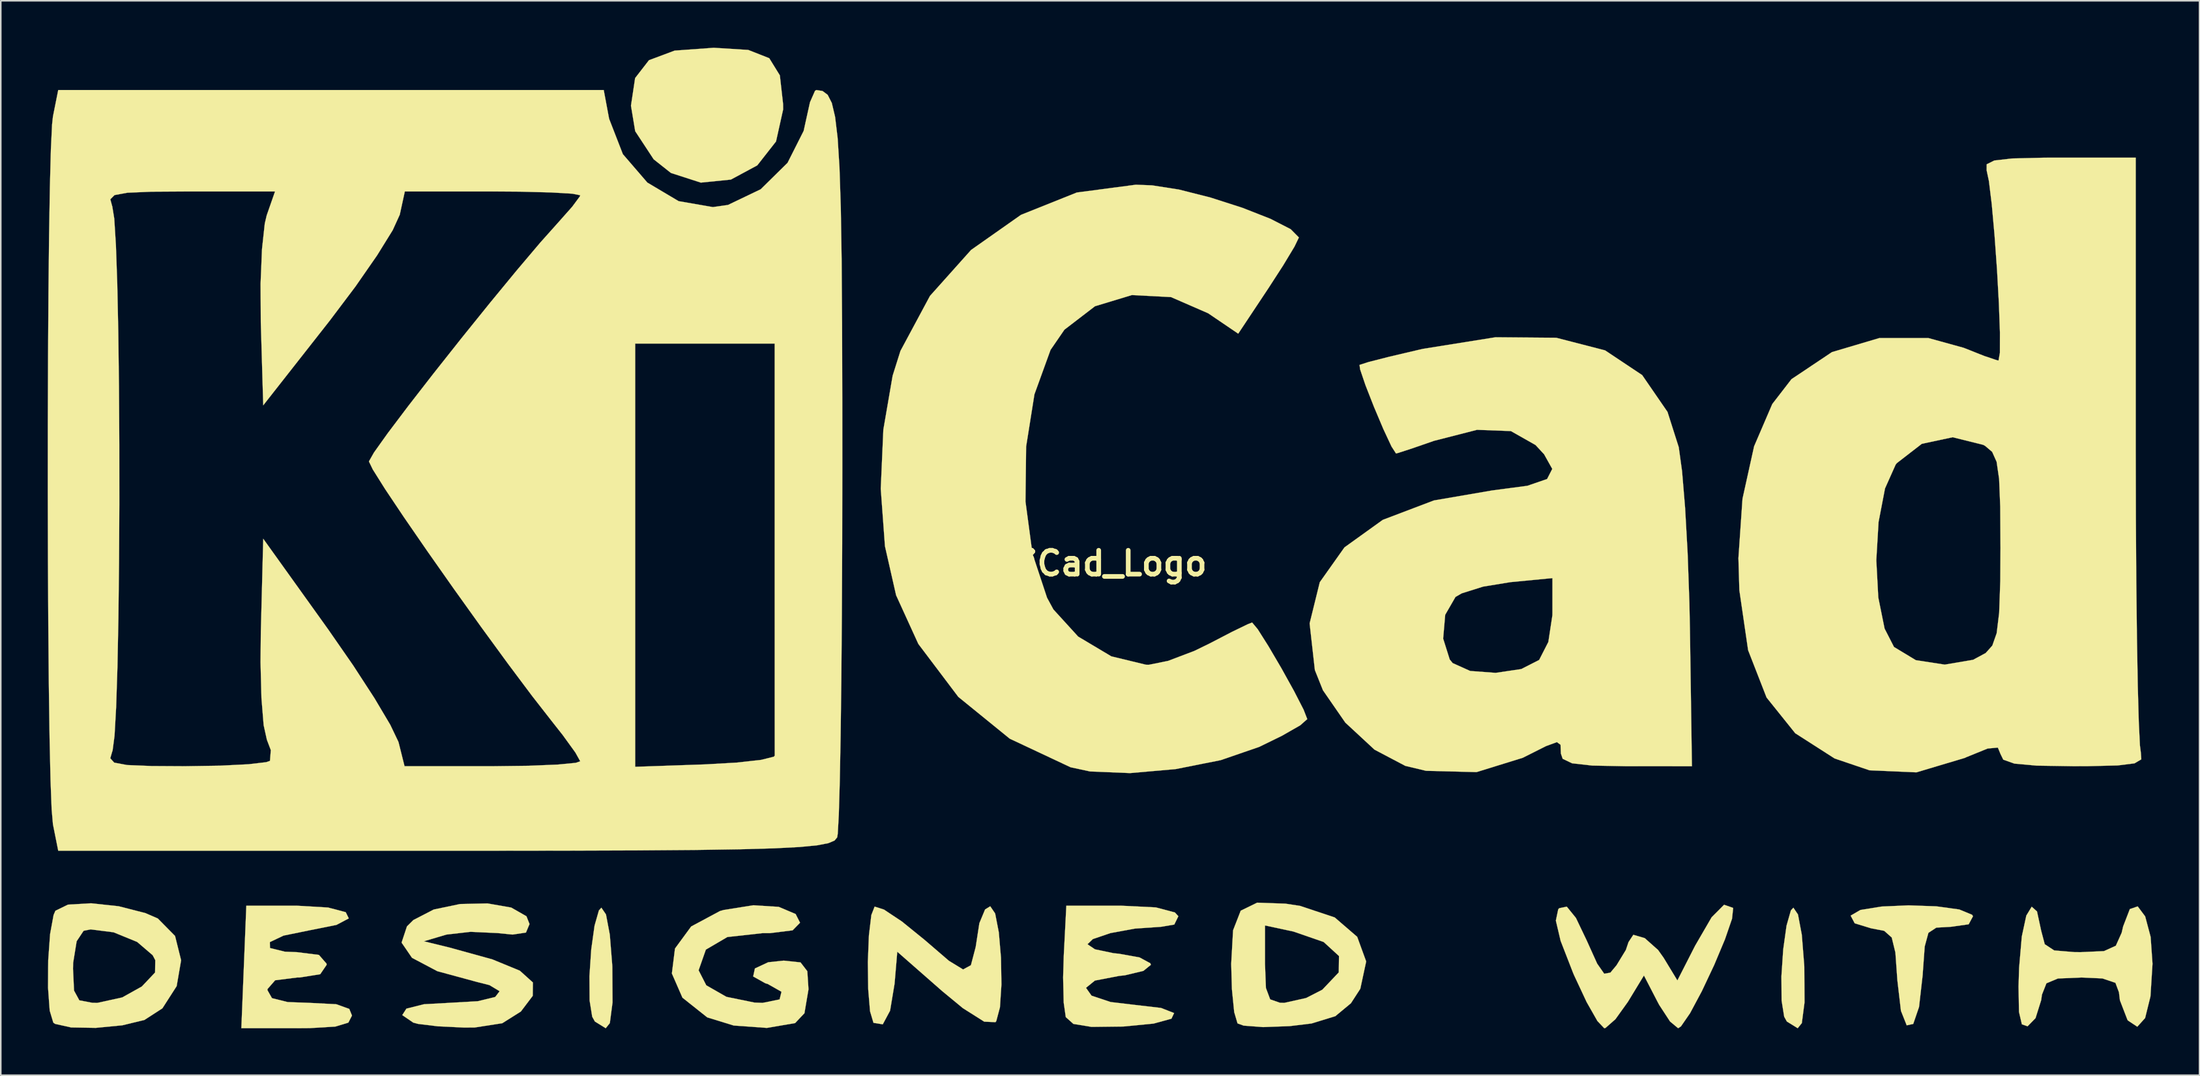
<source format=kicad_pcb>
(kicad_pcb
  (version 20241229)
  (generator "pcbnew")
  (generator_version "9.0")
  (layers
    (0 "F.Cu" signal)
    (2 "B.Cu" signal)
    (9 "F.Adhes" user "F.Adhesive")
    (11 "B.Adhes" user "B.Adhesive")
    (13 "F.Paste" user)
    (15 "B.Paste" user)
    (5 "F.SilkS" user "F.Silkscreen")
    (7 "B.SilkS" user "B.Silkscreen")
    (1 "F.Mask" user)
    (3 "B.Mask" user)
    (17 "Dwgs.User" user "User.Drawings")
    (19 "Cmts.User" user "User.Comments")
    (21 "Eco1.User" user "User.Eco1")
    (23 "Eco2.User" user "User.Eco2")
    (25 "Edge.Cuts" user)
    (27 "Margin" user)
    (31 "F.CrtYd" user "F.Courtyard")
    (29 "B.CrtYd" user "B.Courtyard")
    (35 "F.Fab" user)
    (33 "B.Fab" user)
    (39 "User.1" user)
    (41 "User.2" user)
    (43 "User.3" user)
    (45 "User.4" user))
  (footprint "KiCad_Logo"
    (layer "F.Cu")
    (at 67.55 32.971)
    (property "Reference" "KiCad_Logo" (at 0 0 0) (layer "F.SilkS") (effects (font (size 1.524 1.524) (thickness 0.3))))
    (attr through_hole)
    (fp_poly (pts (xy -31.861 22.448) (xy -31.616 23.744) (xy -31.461 25.691) (xy -31.456 25.805) (xy -31.442 28.075) (xy -31.614 29.395) (xy -31.878 29.723) (xy -32.571 29.294) (xy -32.742 28.987) (xy -32.908 27.95) (xy -32.919 26.398) (xy -32.804 24.685) (xy -32.592 23.165) (xy -32.314 22.19) (xy -32.155 22.016) (xy -31.861 22.448)) (stroke (width 0.01) (type solid)) (fill yes) (layer "F.SilkS"))
    (fp_poly (pts (xy 44.339 22.448) (xy 44.584 23.744) (xy 44.739 25.691) (xy 44.744 25.805) (xy 44.758 28.075) (xy 44.586 29.395) (xy 44.322 29.723) (xy 43.629 29.294) (xy 43.458 28.987) (xy 43.292 27.95) (xy 43.281 26.398) (xy 43.396 24.685) (xy 43.608 23.165) (xy 43.886 22.19) (xy 44.045 22.016) (xy 44.339 22.448)) (stroke (width 0.01) (type solid)) (fill yes) (layer "F.SilkS"))
    (fp_poly (pts (xy -22.766 -32.828) (xy -21.423 -32.299) (xy -20.746 -31.203) (xy -20.539 -29.366) (xy -20.536 -29.022) (xy -20.991 -26.975) (xy -22.189 -25.448) (xy -23.876 -24.539) (xy -25.8 -24.345) (xy -27.709 -24.962) (xy -28.812 -25.835) (xy -29.994 -27.633) (xy -30.264 -29.264) (xy -29.999 -31.029) (xy -29.114 -32.171) (xy -27.473 -32.785) (xy -24.971 -32.966) (xy -22.766 -32.828)) (stroke (width 0.01) (type solid)) (fill yes) (layer "F.SilkS"))
    (fp_poly (pts (xy 53.184 21.929) (xy 54.651 22.13) (xy 55.469 22.468) (xy 55.529 22.563) (xy 55.252 23.078) (xy 54.115 23.238) (xy 53.185 23.291) (xy 52.679 23.622) (xy 52.442 24.494) (xy 52.32 26.168) (xy 52.313 26.303) (xy 52.079 28.364) (xy 51.708 29.449) (xy 51.291 29.538) (xy 50.922 28.611) (xy 50.693 26.652) (xy 50.567 24.884) (xy 50.333 23.923) (xy 49.851 23.496) (xy 49.012 23.334) (xy 47.966 23.015) (xy 47.706 22.524) (xy 48.329 22.162) (xy 49.679 21.943) (xy 51.412 21.866) (xy 53.184 21.929)) (stroke (width 0.01) (type solid)) (fill yes) (layer "F.SilkS"))
    (fp_poly (pts (xy -49.63 22.005) (xy -48.498 22.303) (xy -48.303 22.701) (xy -49.093 23.118) (xy -50.779 23.455) (xy -52.474 23.801) (xy -53.349 24.217) (xy -53.341 24.595) (xy -52.386 24.83) (xy -51.611 24.86) (xy -50.212 25.035) (xy -49.723 25.596) (xy -49.719 25.67) (xy -50.129 26.27) (xy -51.438 26.479) (xy -51.611 26.481) (xy -53.01 26.657) (xy -53.499 27.218) (xy -53.502 27.291) (xy -53.213 27.801) (xy -52.211 28.05) (xy -50.8 28.102) (xy -49.101 28.189) (xy -48.271 28.489) (xy -48.098 28.913) (xy -48.331 29.366) (xy -49.166 29.619) (xy -50.802 29.717) (xy -51.634 29.723) (xy -55.171 29.723) (xy -55.012 25.805) (xy -54.853 21.887) (xy -51.656 21.887) (xy -49.63 22.005)) (stroke (width 0.01) (type solid)) (fill yes) (layer "F.SilkS"))
    (fp_poly (pts (xy -6.983 22.385) (xy -6.749 23.592) (xy -6.61 25.216) (xy -6.581 26.924) (xy -6.676 28.386) (xy -6.911 29.27) (xy -6.962 29.336) (xy -7.682 29.304) (xy -9.044 28.442) (xy -10.368 27.35) (xy -13.24 24.832) (xy -13.412 26.872) (xy -13.699 28.601) (xy -14.167 29.474) (xy -14.754 29.38) (xy -14.763 29.372) (xy -14.98 28.642) (xy -15.098 27.228) (xy -15.121 25.491) (xy -15.053 23.789) (xy -14.897 22.483) (xy -14.687 21.946) (xy -14.089 22.137) (xy -12.944 22.899) (xy -11.498 24.071) (xy -11.461 24.103) (xy -9.937 25.413) (xy -9.032 25.966) (xy -8.533 25.694) (xy -8.227 24.53) (xy -7.992 23.007) (xy -7.627 22.129) (xy -7.296 21.926) (xy -6.983 22.385)) (stroke (width 0.01) (type solid)) (fill yes) (layer "F.SilkS"))
    (fp_poly (pts (xy 11.573 21.758) (xy 12.51 21.901) (xy 14.725 22.64) (xy 16.162 23.879) (xy 16.736 25.453) (xy 16.361 27.201) (xy 15.762 28.125) (xy 14.764 28.953) (xy 13.243 29.42) (xy 11.844 29.589) (xy 10.144 29.651) (xy 8.903 29.557) (xy 8.512 29.415) (xy 8.299 28.694) (xy 8.153 27.23) (xy 8.107 25.627) (xy 10.268 25.627) (xy 10.327 27.15) (xy 10.599 27.878) (xy 11.223 28.095) (xy 11.499 28.102) (xy 12.894 27.792) (xy 13.931 27.261) (xy 14.983 26.153) (xy 14.998 25.108) (xy 14.018 24.21) (xy 12.086 23.541) (xy 12.024 23.528) (xy 10.268 23.152) (xy 10.268 25.627) (xy 8.107 25.627) (xy 8.106 25.617) (xy 8.227 23.461) (xy 8.716 22.208) (xy 9.767 21.695) (xy 11.573 21.758)) (stroke (width 0.01) (type solid)) (fill yes) (layer "F.SilkS"))
    (fp_poly (pts (xy -20.818 21.963) (xy -19.737 22.421) (xy -19.455 22.978) (xy -19.93 23.464) (xy -21.386 23.645) (xy -21.864 23.645) (xy -24.102 23.892) (xy -25.476 24.697) (xy -25.94 26.02) (xy -25.449 26.98) (xy -24.162 27.716) (xy -22.362 28.084) (xy -21.852 28.102) (xy -20.763 27.882) (xy -20.641 27.392) (xy -21.524 26.892) (xy -21.671 26.85) (xy -22.452 26.414) (xy -22.341 25.901) (xy -21.492 25.505) (xy -20.504 25.4) (xy -19.424 25.514) (xy -18.99 26.077) (xy -18.915 27.234) (xy -19.174 28.763) (xy -19.77 29.395) (xy -21.576 29.703) (xy -23.694 29.551) (xy -25.389 29.029) (xy -26.974 27.769) (xy -27.649 26.223) (xy -27.45 24.627) (xy -26.416 23.218) (xy -24.581 22.233) (xy -24.336 22.162) (xy -22.446 21.861) (xy -20.818 21.963)) (stroke (width 0.01) (type solid)) (fill yes) (layer "F.SilkS"))
    (fp_poly (pts (xy 3.286 21.997) (xy 4.51 22.322) (xy 4.729 22.563) (xy 4.469 23.095) (xy 3.625 23.238) (xy 1.952 23.353) (xy 0.383 23.641) (xy -0.737 24.023) (xy -1.081 24.354) (xy -0.603 24.677) (xy 0.582 24.925) (xy 0.946 24.962) (xy 2.249 25.197) (xy 2.939 25.571) (xy 2.972 25.67) (xy 2.494 26.057) (xy 1.309 26.34) (xy 0.946 26.378) (xy -0.606 26.676) (xy -1.176 27.14) (xy -0.821 27.641) (xy 0.399 28.048) (xy 1.756 28.209) (xy 3.625 28.427) (xy 4.458 28.754) (xy 4.287 29.114) (xy 3.141 29.428) (xy 1.209 29.614) (xy -0.821 29.638) (xy -1.981 29.448) (xy -2.468 29.013) (xy -2.601 28.083) (xy -2.638 26.475) (xy -2.596 25.069) (xy -2.432 21.887) (xy 1.036 21.887) (xy 3.286 21.997)) (stroke (width 0.01) (type solid)) (fill yes) (layer "F.SilkS"))
    (fp_poly (pts (xy 66.534 22.57) (xy 66.884 23.884) (xy 67.004 25.601) (xy 66.873 27.69) (xy 66.531 29.073) (xy 66.032 29.627) (xy 65.431 29.23) (xy 65.4 29.183) (xy 64.92 27.938) (xy 64.859 27.427) (xy 64.634 26.821) (xy 63.803 26.54) (xy 62.455 26.481) (xy 60.957 26.544) (xy 60.223 26.85) (xy 59.936 27.578) (xy 59.888 27.925) (xy 59.527 29.077) (xy 59.017 29.6) (xy 58.653 29.473) (xy 58.468 28.68) (xy 58.439 27.059) (xy 58.476 25.859) (xy 58.648 23.858) (xy 58.936 22.521) (xy 59.281 21.953) (xy 59.62 22.255) (xy 59.888 23.492) (xy 60.115 24.351) (xy 60.719 24.749) (xy 62.016 24.857) (xy 62.412 24.86) (xy 63.901 24.792) (xy 64.658 24.45) (xy 65.031 23.621) (xy 65.127 23.212) (xy 65.554 22.105) (xy 66.057 21.933) (xy 66.534 22.57)) (stroke (width 0.01) (type solid)) (fill yes) (layer "F.SilkS"))
    (fp_poly (pts (xy -37.919 22.008) (xy -36.945 22.564) (xy -36.749 23.062) (xy -36.977 23.607) (xy -37.831 23.735) (xy -38.776 23.64) (xy -40.516 23.559) (xy -42.042 23.733) (xy -42.153 23.763) (xy -43.504 24.164) (xy -41.883 24.56) (xy -39.126 25.321) (xy -37.369 26.044) (xy -36.533 26.798) (xy -36.543 27.652) (xy -37.302 28.655) (xy -38.492 29.404) (xy -40.254 29.677) (xy -40.937 29.681) (xy -42.608 29.601) (xy -43.867 29.448) (xy -44.18 29.365) (xy -44.884 28.884) (xy -44.62 28.471) (xy -43.502 28.19) (xy -41.915 28.102) (xy -40.057 27.996) (xy -38.941 27.724) (xy -38.661 27.357) (xy -39.312 26.966) (xy -40.122 26.761) (xy -42.644 26.076) (xy -44.263 25.221) (xy -44.928 24.248) (xy -44.584 23.21) (xy -44.177 22.807) (xy -42.873 22.133) (xy -41.191 21.782) (xy -39.437 21.743) (xy -37.919 22.008)) (stroke (width 0.01) (type solid)) (fill yes) (layer "F.SilkS"))
    (fp_poly (pts (xy -63.016 21.923) (xy -61.308 22.361) (xy -60.512 22.706) (xy -59.409 23.824) (xy -59.022 25.378) (xy -59.306 27.031) (xy -60.218 28.451) (xy -61.367 29.194) (xy -62.776 29.536) (xy -64.475 29.7) (xy -66.048 29.674) (xy -67.077 29.446) (xy -67.193 29.363) (xy -67.423 28.596) (xy -67.529 27.14) (xy -67.522 25.923) (xy -65.932 25.923) (xy -65.867 27.317) (xy -65.527 27.94) (xy -64.689 28.099) (xy -64.371 28.102) (xy -62.786 27.754) (xy -61.533 27.055) (xy -60.686 26.159) (xy -60.674 25.37) (xy -60.839 25.056) (xy -61.832 24.206) (xy -63.339 23.59) (xy -64.805 23.404) (xy -65.256 23.494) (xy -65.7 24.163) (xy -65.923 25.54) (xy -65.932 25.923) (xy -67.522 25.923) (xy -67.518 25.379) (xy -67.397 23.698) (xy -67.174 22.481) (xy -67.058 22.212) (xy -66.254 21.821) (xy -64.786 21.734) (xy -63.016 21.923)) (stroke (width 0.01) (type solid)) (fill yes) (layer "F.SilkS"))
    (fp_poly (pts (xy 40.179 22.024) (xy 40.196 22.051) (xy 40.123 22.727) (xy 39.673 24.037) (xy 38.984 25.679) (xy 38.194 27.354) (xy 37.44 28.764) (xy 36.858 29.607) (xy 36.678 29.723) (xy 36.16 29.291) (xy 35.468 28.232) (xy 35.364 28.037) (xy 34.492 26.351) (xy 33.467 28.037) (xy 32.671 29.146) (xy 32.033 29.707) (xy 31.954 29.723) (xy 31.518 29.263) (xy 30.829 28.051) (xy 30.029 26.341) (xy 29.965 26.192) (xy 29.166 24.137) (xy 28.861 22.841) (xy 29.012 22.122) (xy 29.075 22.049) (xy 29.561 21.95) (xy 30.145 22.671) (xy 30.826 24.095) (xy 31.504 25.595) (xy 31.953 26.238) (xy 32.347 26.169) (xy 32.737 25.702) (xy 33.337 24.719) (xy 33.506 24.216) (xy 33.814 23.749) (xy 34.543 23.962) (xy 35.397 24.721) (xy 35.754 25.224) (xy 36.631 26.669) (xy 37.763 24.45) (xy 38.819 22.63) (xy 39.616 21.829) (xy 40.179 22.024)) (stroke (width 0.01) (type solid)) (fill yes) (layer "F.SilkS"))
    (fp_poly (pts (xy 3.048 -24.17) (xy 4.763 -23.902) (xy 6.775 -23.393) (xy 8.816 -22.737) (xy 10.617 -22.03) (xy 11.911 -21.367) (xy 12.429 -20.844) (xy 12.43 -20.828) (xy 12.153 -20.252) (xy 11.429 -19.051) (xy 10.493 -17.603) (xy 8.556 -14.686) (xy 6.635 -15.99) (xy 4.259 -17.025) (xy 1.758 -17.155) (xy -0.601 -16.44) (xy -2.553 -14.942) (xy -3.442 -13.647) (xy -4.471 -10.809) (xy -5.003 -7.465) (xy -5.044 -3.955) (xy -4.597 -0.62) (xy -3.665 2.198) (xy -3.259 2.946) (xy -1.677 4.681) (xy 0.443 5.945) (xy 2.658 6.481) (xy 2.838 6.485) (xy 4.074 6.235) (xy 5.753 5.597) (xy 6.703 5.134) (xy 8.158 4.379) (xy 9.169 3.889) (xy 9.446 3.783) (xy 9.803 4.211) (xy 10.485 5.289) (xy 11.319 6.71) (xy 12.127 8.168) (xy 12.736 9.355) (xy 12.97 9.958) (xy 12.518 10.357) (xy 11.341 11.03) (xy 9.892 11.737) (xy 7.434 12.583) (xy 4.554 13.155) (xy 1.643 13.41) (xy -0.911 13.306) (xy -2.162 13.037) (xy -6.051 11.209) (xy -9.338 8.537) (xy -11.894 5.151) (xy -13.315 2.038) (xy -14.027 -1.097) (xy -14.296 -4.771) (xy -14.13 -8.55) (xy -13.536 -12) (xy -13.037 -13.584) (xy -11.149 -17.101) (xy -8.522 -20.039) (xy -5.334 -22.282) (xy -1.764 -23.712) (xy 2.01 -24.21) (xy 3.048 -24.17)) (stroke (width 0.01) (type solid)) (fill yes) (layer "F.SilkS"))
    (fp_poly (pts (xy 28.883 -14.425) (xy 32.007 -13.619) (xy 34.379 -12.039) (xy 35.999 -9.685) (xy 36.718 -7.427) (xy 36.929 -5.895) (xy 37.124 -3.547) (xy 37.286 -0.65) (xy 37.398 2.533) (xy 37.432 4.189) (xy 37.56 12.972) (xy 33.371 12.971) (xy 31.193 12.93) (xy 29.899 12.784) (xy 29.297 12.496) (xy 29.183 12.16) (xy 29.161 11.597) (xy 28.927 11.43) (xy 28.234 11.684) (xy 26.831 12.389) (xy 26.751 12.43) (xy 23.79 13.347) (xy 20.565 13.265) (xy 19.236 12.948) (xy 17.268 11.911) (xy 15.401 10.181) (xy 13.973 8.116) (xy 13.456 6.823) (xy 13.23 4.811) (xy 21.657 4.811) (xy 22.077 6.145) (xy 22.266 6.377) (xy 23.385 6.88) (xy 25.011 7.001) (xy 26.649 6.758) (xy 27.793 6.176) (xy 28.381 5.025) (xy 28.64 3.319) (xy 28.643 3.135) (xy 28.643 0.943) (xy 25.958 1.201) (xy 24.215 1.486) (xy 22.844 1.917) (xy 22.446 2.147) (xy 21.788 3.287) (xy 21.657 4.811) (xy 13.23 4.811) (xy 13.121 3.838) (xy 13.77 1.205) (xy 15.347 -1.021) (xy 17.798 -2.782) (xy 21.066 -4.023) (xy 24.776 -4.66) (xy 27.041 -4.96) (xy 28.301 -5.393) (xy 28.632 -6.039) (xy 28.11 -6.974) (xy 27.562 -7.566) (xy 25.988 -8.458) (xy 23.821 -8.538) (xy 21.077 -7.836) (xy 19.673 -7.35) (xy 18.783 -7.061) (xy 18.643 -7.026) (xy 18.354 -7.473) (xy 17.835 -8.584) (xy 17.233 -10.008) (xy 16.689 -11.397) (xy 16.349 -12.401) (xy 16.31 -12.688) (xy 16.883 -12.873) (xy 18.236 -13.218) (xy 20.092 -13.653) (xy 20.373 -13.717) (xy 25.005 -14.457) (xy 28.883 -14.425)) (stroke (width 0.01) (type solid)) (fill yes) (layer "F.SilkS"))
    (fp_poly (pts (xy 65.932 -7.34) (xy 65.941 -2.932) (xy 65.967 1.152) (xy 66.009 4.781) (xy 66.062 7.825) (xy 66.127 10.153) (xy 66.199 11.633) (xy 66.26 12.115) (xy 66.287 12.531) (xy 65.855 12.787) (xy 64.78 12.921) (xy 62.877 12.967) (xy 61.937 12.97) (xy 59.608 12.934) (xy 58.177 12.805) (xy 57.464 12.552) (xy 57.285 12.186) (xy 57.117 11.779) (xy 56.463 11.84) (xy 55.1 12.394) (xy 54.988 12.444) (xy 51.91 13.363) (xy 48.916 13.233) (xy 46.684 12.477) (xy 44.163 10.861) (xy 42.331 8.577) (xy 41.152 5.553) (xy 40.592 1.715) (xy 40.536 -0.204) (xy 49.347 -0.204) (xy 49.474 2.181) (xy 49.877 4.172) (xy 50.478 5.346) (xy 51.874 6.19) (xy 53.723 6.474) (xy 55.536 6.166) (xy 56.339 5.733) (xy 56.763 5.258) (xy 57.041 4.467) (xy 57.201 3.156) (xy 57.272 1.12) (xy 57.285 -0.986) (xy 57.269 -3.628) (xy 57.198 -5.396) (xy 57.038 -6.494) (xy 56.753 -7.129) (xy 56.31 -7.506) (xy 56.179 -7.579) (xy 54.228 -8.064) (xy 52.255 -7.643) (xy 50.657 -6.407) (xy 50.583 -6.311) (xy 49.904 -4.792) (xy 49.491 -2.642) (xy 49.347 -0.204) (xy 40.536 -0.204) (xy 40.532 -0.331) (xy 40.793 -4.129) (xy 41.535 -7.485) (xy 42.696 -10.187) (xy 43.922 -11.775) (xy 46.514 -13.509) (xy 49.536 -14.405) (xy 52.679 -14.405) (xy 54.937 -13.781) (xy 56.247 -13.261) (xy 57.074 -12.984) (xy 57.16 -12.97) (xy 57.248 -13.465) (xy 57.25 -14.775) (xy 57.182 -16.641) (xy 57.062 -18.801) (xy 56.904 -20.996) (xy 56.727 -22.964) (xy 56.545 -24.447) (xy 56.4 -25.13) (xy 56.404 -25.517) (xy 56.894 -25.76) (xy 58.046 -25.89) (xy 60.038 -25.938) (xy 61.01 -25.94) (xy 65.932 -25.94) (xy 65.932 -7.34)) (stroke (width 0.01) (type solid)) (fill yes) (layer "F.SilkS"))
    (fp_poly (pts (xy -31.661 -28.427) (xy -30.781 -26.163) (xy -29.216 -24.347) (xy -27.216 -23.159) (xy -25.027 -22.78) (xy -24.062 -22.917) (xy -21.972 -23.918) (xy -20.254 -25.61) (xy -19.223 -27.656) (xy -19.115 -28.151) (xy -18.82 -29.484) (xy -18.498 -30.215) (xy -18.413 -30.264) (xy -18.018 -30.203) (xy -17.69 -29.958) (xy -17.424 -29.437) (xy -17.214 -28.547) (xy -17.052 -27.196) (xy -16.933 -25.291) (xy -16.85 -22.74) (xy -16.797 -19.45) (xy -16.768 -15.33) (xy -16.755 -10.285) (xy -16.753 -6.151) (xy -16.761 -1.264) (xy -16.782 3.305) (xy -16.816 7.439) (xy -16.861 11.02) (xy -16.915 13.932) (xy -16.977 16.058) (xy -17.044 17.28) (xy -17.081 17.52) (xy -17.249 17.722) (xy -17.643 17.89) (xy -18.355 18.027) (xy -19.476 18.136) (xy -21.097 18.22) (xy -23.31 18.282) (xy -26.206 18.326) (xy -29.875 18.353) (xy -34.41 18.368) (xy -39.902 18.374) (xy -42.143 18.374) (xy -66.878 18.374) (xy -67.215 16.686) (xy -67.299 15.719) (xy -67.371 13.819) (xy -67.401 12.464) (xy -63.551 12.464) (xy -63.296 12.742) (xy -62.476 12.895) (xy -60.913 12.958) (xy -58.784 12.97) (xy -56.536 12.936) (xy -54.716 12.845) (xy -53.58 12.712) (xy -53.341 12.629) (xy -53.287 11.942) (xy -53.539 11.28) (xy -53.746 10.345) (xy -53.887 8.601) (xy -53.945 6.318) (xy -53.925 4.35) (xy -53.772 -1.574) (xy -49.627 4.212) (xy -48.034 6.508) (xy -46.663 8.617) (xy -45.651 10.322) (xy -45.133 11.405) (xy -45.11 11.484) (xy -44.738 12.97) (xy -39.122 12.97) (xy -36.806 12.942) (xy -34.954 12.866) (xy -33.791 12.754) (xy -33.506 12.656) (xy -33.819 12.094) (xy -34.621 10.986) (xy -35.327 10.089) (xy -36.583 8.479) (xy -38.124 6.421) (xy -39.832 4.082) (xy -41.589 1.628) (xy -43.278 -0.774) (xy -44.782 -2.957) (xy -45.985 -4.755) (xy -46.768 -6.002) (xy -47.017 -6.516) (xy -46.693 -7.089) (xy -45.81 -8.327) (xy -44.496 -10.068) (xy -42.884 -12.144) (xy -41.373 -14.051) (xy -29.994 -14.051) (xy -29.994 13.008) (xy -25.532 12.854) (xy -23.489 12.738) (xy -21.939 12.564) (xy -21.133 12.363) (xy -21.073 12.295) (xy -21.074 11.662) (xy -21.075 10.102) (xy -21.076 7.77) (xy -21.076 4.818) (xy -21.077 1.401) (xy -21.077 -1.081) (xy -21.077 -14.051) (xy -29.994 -14.051) (xy -41.373 -14.051) (xy -41.104 -14.391) (xy -39.286 -16.645) (xy -37.561 -18.74) (xy -36.061 -20.512) (xy -34.928 -21.78) (xy -34.016 -22.809) (xy -33.53 -23.466) (xy -33.506 -23.536) (xy -34.009 -23.636) (xy -35.369 -23.716) (xy -37.359 -23.767) (xy -39.113 -23.779) (xy -44.72 -23.779) (xy -45.044 -22.293) (xy -45.496 -21.303) (xy -46.489 -19.699) (xy -47.878 -17.698) (xy -49.519 -15.521) (xy -49.57 -15.456) (xy -53.772 -10.105) (xy -53.928 -15.413) (xy -53.942 -17.88) (xy -53.851 -20.096) (xy -53.673 -21.733) (xy -53.551 -22.25) (xy -53.018 -23.779) (xy -58.452 -23.779) (xy -60.908 -23.764) (xy -62.459 -23.698) (xy -63.28 -23.547) (xy -63.547 -23.278) (xy -63.434 -22.857) (xy -63.423 -22.833) (xy -63.295 -22.039) (xy -63.189 -20.328) (xy -63.103 -17.865) (xy -63.039 -14.815) (xy -62.995 -11.341) (xy -62.973 -7.608) (xy -62.971 -3.781) (xy -62.991 -0.023) (xy -63.031 3.501) (xy -63.092 6.626) (xy -63.175 9.189) (xy -63.278 11.025) (xy -63.402 11.969) (xy -63.423 12.024) (xy -63.551 12.464) (xy -67.401 12.464) (xy -67.431 11.133) (xy -67.478 7.809) (xy -67.512 3.995) (xy -67.535 -0.162) (xy -67.545 -4.515) (xy -67.543 -8.916) (xy -67.528 -13.217) (xy -67.502 -17.27) (xy -67.463 -20.929) (xy -67.411 -24.046) (xy -67.347 -26.472) (xy -67.271 -28.062) (xy -67.215 -28.575) (xy -66.878 -30.264) (xy -32.005 -30.264) (xy -31.661 -28.427)) (stroke (width 0.01) (type solid)) (fill yes) (layer "F.SilkS")))
  (gr_rect
    (start -3 -3)
    (end 137.56 65.699)
    (stroke (width 0.1) (type default))
    (fill no)
    (layer "Edge.Cuts")))
</source>
